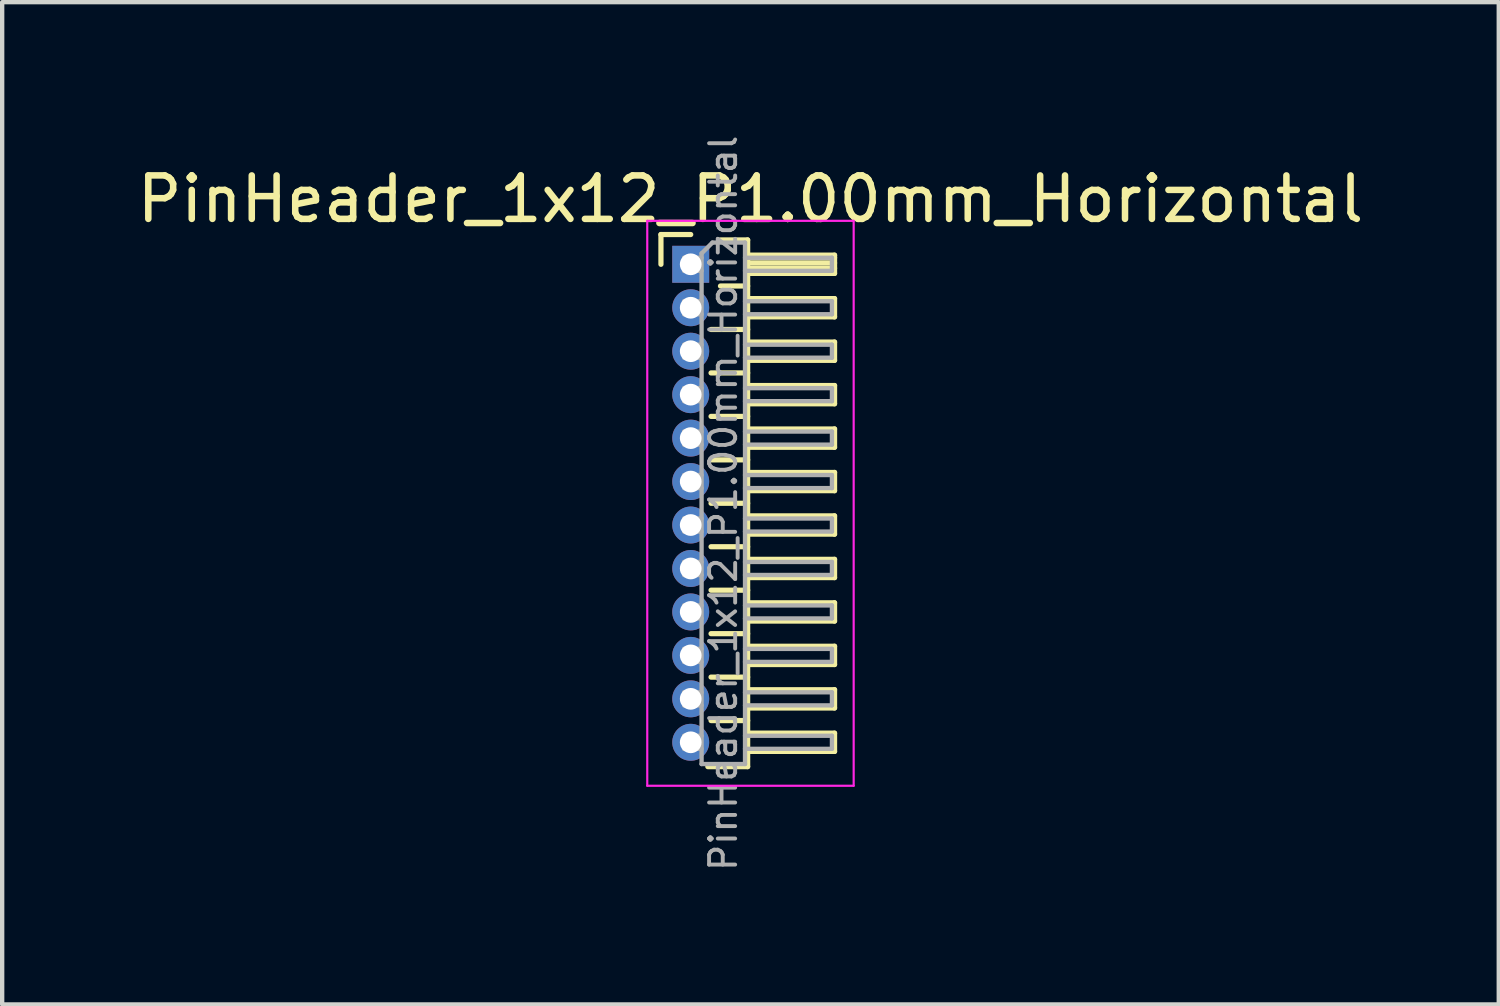
<source format=kicad_pcb>
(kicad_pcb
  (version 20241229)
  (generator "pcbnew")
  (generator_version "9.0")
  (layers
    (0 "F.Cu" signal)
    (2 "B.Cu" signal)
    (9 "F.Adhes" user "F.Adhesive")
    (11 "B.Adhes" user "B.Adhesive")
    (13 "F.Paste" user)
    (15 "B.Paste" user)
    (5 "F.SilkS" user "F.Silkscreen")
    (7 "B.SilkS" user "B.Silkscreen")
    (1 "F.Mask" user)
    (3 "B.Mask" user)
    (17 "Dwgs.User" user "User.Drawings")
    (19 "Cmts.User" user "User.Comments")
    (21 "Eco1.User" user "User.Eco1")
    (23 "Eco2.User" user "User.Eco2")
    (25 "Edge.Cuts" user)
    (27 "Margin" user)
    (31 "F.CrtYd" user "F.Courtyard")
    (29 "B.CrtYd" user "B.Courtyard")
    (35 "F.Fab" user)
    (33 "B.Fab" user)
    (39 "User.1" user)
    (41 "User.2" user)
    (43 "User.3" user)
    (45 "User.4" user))
  (footprint "PinHeader_1x12_P1.00mm_Horizontal"
    (layer "F.Cu")
    (at 12.845 3.032)
    (property "Reference" "PinHeader_1x12_P1.00mm_Horizontal" (at 1.375 -1.5 0) (layer "F.SilkS") (effects (font (size 1 1) (thickness 0.15))))
    (attr through_hole)
    (fp_line (start -0.685 -0.685) (end 0 -0.685) (stroke (width 0.12) (type solid)) (layer "F.SilkS"))
    (fp_line (start -0.685 0) (end -0.685 -0.685) (stroke (width 0.12) (type solid)) (layer "F.SilkS"))
    (fp_line (start 0.468 1.5) (end 1.31 1.5) (stroke (width 0.12) (type solid)) (layer "F.SilkS"))
    (fp_line (start 0.468 2.5) (end 1.31 2.5) (stroke (width 0.12) (type solid)) (layer "F.SilkS"))
    (fp_line (start 0.468 3.5) (end 1.31 3.5) (stroke (width 0.12) (type solid)) (layer "F.SilkS"))
    (fp_line (start 0.468 4.5) (end 1.31 4.5) (stroke (width 0.12) (type solid)) (layer "F.SilkS"))
    (fp_line (start 0.468 5.5) (end 1.31 5.5) (stroke (width 0.12) (type solid)) (layer "F.SilkS"))
    (fp_line (start 0.468 6.5) (end 1.31 6.5) (stroke (width 0.12) (type solid)) (layer "F.SilkS"))
    (fp_line (start 0.468 7.5) (end 1.31 7.5) (stroke (width 0.12) (type solid)) (layer "F.SilkS"))
    (fp_line (start 0.468 8.5) (end 1.31 8.5) (stroke (width 0.12) (type solid)) (layer "F.SilkS"))
    (fp_line (start 0.468 9.5) (end 1.31 9.5) (stroke (width 0.12) (type solid)) (layer "F.SilkS"))
    (fp_line (start 0.468 10.5) (end 1.31 10.5) (stroke (width 0.12) (type solid)) (layer "F.SilkS"))
    (fp_line (start 0.685 -0.56) (end 1.31 -0.56) (stroke (width 0.12) (type solid)) (layer "F.SilkS"))
    (fp_line (start 0.685 0.5) (end 1.31 0.5) (stroke (width 0.12) (type solid)) (layer "F.SilkS"))
    (fp_line (start 1.31 -0.56) (end 1.31 11.56) (stroke (width 0.12) (type solid)) (layer "F.SilkS"))
    (fp_line (start 1.31 -0.21) (end 3.31 -0.21) (stroke (width 0.12) (type solid)) (layer "F.SilkS"))
    (fp_line (start 1.31 -0.15) (end 3.31 -0.15) (stroke (width 0.12) (type solid)) (layer "F.SilkS"))
    (fp_line (start 1.31 -0.03) (end 3.31 -0.03) (stroke (width 0.12) (type solid)) (layer "F.SilkS"))
    (fp_line (start 1.31 0.09) (end 3.31 0.09) (stroke (width 0.12) (type solid)) (layer "F.SilkS"))
    (fp_line (start 1.31 0.79) (end 3.31 0.79) (stroke (width 0.12) (type solid)) (layer "F.SilkS"))
    (fp_line (start 1.31 1.79) (end 3.31 1.79) (stroke (width 0.12) (type solid)) (layer "F.SilkS"))
    (fp_line (start 1.31 2.79) (end 3.31 2.79) (stroke (width 0.12) (type solid)) (layer "F.SilkS"))
    (fp_line (start 1.31 3.79) (end 3.31 3.79) (stroke (width 0.12) (type solid)) (layer "F.SilkS"))
    (fp_line (start 1.31 4.79) (end 3.31 4.79) (stroke (width 0.12) (type solid)) (layer "F.SilkS"))
    (fp_line (start 1.31 5.79) (end 3.31 5.79) (stroke (width 0.12) (type solid)) (layer "F.SilkS"))
    (fp_line (start 1.31 6.79) (end 3.31 6.79) (stroke (width 0.12) (type solid)) (layer "F.SilkS"))
    (fp_line (start 1.31 7.79) (end 3.31 7.79) (stroke (width 0.12) (type solid)) (layer "F.SilkS"))
    (fp_line (start 1.31 8.79) (end 3.31 8.79) (stroke (width 0.12) (type solid)) (layer "F.SilkS"))
    (fp_line (start 1.31 9.79) (end 3.31 9.79) (stroke (width 0.12) (type solid)) (layer "F.SilkS"))
    (fp_line (start 1.31 10.79) (end 3.31 10.79) (stroke (width 0.12) (type solid)) (layer "F.SilkS"))
    (fp_line (start 1.31 11.56) (end 0.394 11.56) (stroke (width 0.12) (type solid)) (layer "F.SilkS"))
    (fp_line (start 3.31 -0.21) (end 3.31 0.21) (stroke (width 0.12) (type solid)) (layer "F.SilkS"))
    (fp_line (start 3.31 0.21) (end 1.31 0.21) (stroke (width 0.12) (type solid)) (layer "F.SilkS"))
    (fp_line (start 3.31 0.79) (end 3.31 1.21) (stroke (width 0.12) (type solid)) (layer "F.SilkS"))
    (fp_line (start 3.31 1.21) (end 1.31 1.21) (stroke (width 0.12) (type solid)) (layer "F.SilkS"))
    (fp_line (start 3.31 1.79) (end 3.31 2.21) (stroke (width 0.12) (type solid)) (layer "F.SilkS"))
    (fp_line (start 3.31 2.21) (end 1.31 2.21) (stroke (width 0.12) (type solid)) (layer "F.SilkS"))
    (fp_line (start 3.31 2.79) (end 3.31 3.21) (stroke (width 0.12) (type solid)) (layer "F.SilkS"))
    (fp_line (start 3.31 3.21) (end 1.31 3.21) (stroke (width 0.12) (type solid)) (layer "F.SilkS"))
    (fp_line (start 3.31 3.79) (end 3.31 4.21) (stroke (width 0.12) (type solid)) (layer "F.SilkS"))
    (fp_line (start 3.31 4.21) (end 1.31 4.21) (stroke (width 0.12) (type solid)) (layer "F.SilkS"))
    (fp_line (start 3.31 4.79) (end 3.31 5.21) (stroke (width 0.12) (type solid)) (layer "F.SilkS"))
    (fp_line (start 3.31 5.21) (end 1.31 5.21) (stroke (width 0.12) (type solid)) (layer "F.SilkS"))
    (fp_line (start 3.31 5.79) (end 3.31 6.21) (stroke (width 0.12) (type solid)) (layer "F.SilkS"))
    (fp_line (start 3.31 6.21) (end 1.31 6.21) (stroke (width 0.12) (type solid)) (layer "F.SilkS"))
    (fp_line (start 3.31 6.79) (end 3.31 7.21) (stroke (width 0.12) (type solid)) (layer "F.SilkS"))
    (fp_line (start 3.31 7.21) (end 1.31 7.21) (stroke (width 0.12) (type solid)) (layer "F.SilkS"))
    (fp_line (start 3.31 7.79) (end 3.31 8.21) (stroke (width 0.12) (type solid)) (layer "F.SilkS"))
    (fp_line (start 3.31 8.21) (end 1.31 8.21) (stroke (width 0.12) (type solid)) (layer "F.SilkS"))
    (fp_line (start 3.31 8.79) (end 3.31 9.21) (stroke (width 0.12) (type solid)) (layer "F.SilkS"))
    (fp_line (start 3.31 9.21) (end 1.31 9.21) (stroke (width 0.12) (type solid)) (layer "F.SilkS"))
    (fp_line (start 3.31 9.79) (end 3.31 10.21) (stroke (width 0.12) (type solid)) (layer "F.SilkS"))
    (fp_line (start 3.31 10.21) (end 1.31 10.21) (stroke (width 0.12) (type solid)) (layer "F.SilkS"))
    (fp_line (start 3.31 10.79) (end 3.31 11.21) (stroke (width 0.12) (type solid)) (layer "F.SilkS"))
    (fp_line (start 3.31 11.21) (end 1.31 11.21) (stroke (width 0.12) (type solid)) (layer "F.SilkS"))
    (fp_line (start -1 -1) (end -1 12) (stroke (width 0.05) (type solid)) (layer "F.CrtYd"))
    (fp_line (start -1 12) (end 3.75 12) (stroke (width 0.05) (type solid)) (layer "F.CrtYd"))
    (fp_line (start 3.75 -1) (end -1 -1) (stroke (width 0.05) (type solid)) (layer "F.CrtYd"))
    (fp_line (start 3.75 12) (end 3.75 -1) (stroke (width 0.05) (type solid)) (layer "F.CrtYd"))
    (fp_line (start -0.15 -0.15) (end -0.15 0.15) (stroke (width 0.1) (type solid)) (layer "F.Fab"))
    (fp_line (start -0.15 -0.15) (end 0.25 -0.15) (stroke (width 0.1) (type solid)) (layer "F.Fab"))
    (fp_line (start -0.15 0.15) (end 0.25 0.15) (stroke (width 0.1) (type solid)) (layer "F.Fab"))
    (fp_line (start -0.15 0.85) (end -0.15 1.15) (stroke (width 0.1) (type solid)) (layer "F.Fab"))
    (fp_line (start -0.15 0.85) (end 0.25 0.85) (stroke (width 0.1) (type solid)) (layer "F.Fab"))
    (fp_line (start -0.15 1.15) (end 0.25 1.15) (stroke (width 0.1) (type solid)) (layer "F.Fab"))
    (fp_line (start -0.15 1.85) (end -0.15 2.15) (stroke (width 0.1) (type solid)) (layer "F.Fab"))
    (fp_line (start -0.15 1.85) (end 0.25 1.85) (stroke (width 0.1) (type solid)) (layer "F.Fab"))
    (fp_line (start -0.15 2.15) (end 0.25 2.15) (stroke (width 0.1) (type solid)) (layer "F.Fab"))
    (fp_line (start -0.15 2.85) (end -0.15 3.15) (stroke (width 0.1) (type solid)) (layer "F.Fab"))
    (fp_line (start -0.15 2.85) (end 0.25 2.85) (stroke (width 0.1) (type solid)) (layer "F.Fab"))
    (fp_line (start -0.15 3.15) (end 0.25 3.15) (stroke (width 0.1) (type solid)) (layer "F.Fab"))
    (fp_line (start -0.15 3.85) (end -0.15 4.15) (stroke (width 0.1) (type solid)) (layer "F.Fab"))
    (fp_line (start -0.15 3.85) (end 0.25 3.85) (stroke (width 0.1) (type solid)) (layer "F.Fab"))
    (fp_line (start -0.15 4.15) (end 0.25 4.15) (stroke (width 0.1) (type solid)) (layer "F.Fab"))
    (fp_line (start -0.15 4.85) (end -0.15 5.15) (stroke (width 0.1) (type solid)) (layer "F.Fab"))
    (fp_line (start -0.15 4.85) (end 0.25 4.85) (stroke (width 0.1) (type solid)) (layer "F.Fab"))
    (fp_line (start -0.15 5.15) (end 0.25 5.15) (stroke (width 0.1) (type solid)) (layer "F.Fab"))
    (fp_line (start -0.15 5.85) (end -0.15 6.15) (stroke (width 0.1) (type solid)) (layer "F.Fab"))
    (fp_line (start -0.15 5.85) (end 0.25 5.85) (stroke (width 0.1) (type solid)) (layer "F.Fab"))
    (fp_line (start -0.15 6.15) (end 0.25 6.15) (stroke (width 0.1) (type solid)) (layer "F.Fab"))
    (fp_line (start -0.15 6.85) (end -0.15 7.15) (stroke (width 0.1) (type solid)) (layer "F.Fab"))
    (fp_line (start -0.15 6.85) (end 0.25 6.85) (stroke (width 0.1) (type solid)) (layer "F.Fab"))
    (fp_line (start -0.15 7.15) (end 0.25 7.15) (stroke (width 0.1) (type solid)) (layer "F.Fab"))
    (fp_line (start -0.15 7.85) (end -0.15 8.15) (stroke (width 0.1) (type solid)) (layer "F.Fab"))
    (fp_line (start -0.15 7.85) (end 0.25 7.85) (stroke (width 0.1) (type solid)) (layer "F.Fab"))
    (fp_line (start -0.15 8.15) (end 0.25 8.15) (stroke (width 0.1) (type solid)) (layer "F.Fab"))
    (fp_line (start -0.15 8.85) (end -0.15 9.15) (stroke (width 0.1) (type solid)) (layer "F.Fab"))
    (fp_line (start -0.15 8.85) (end 0.25 8.85) (stroke (width 0.1) (type solid)) (layer "F.Fab"))
    (fp_line (start -0.15 9.15) (end 0.25 9.15) (stroke (width 0.1) (type solid)) (layer "F.Fab"))
    (fp_line (start -0.15 9.85) (end -0.15 10.15) (stroke (width 0.1) (type solid)) (layer "F.Fab"))
    (fp_line (start -0.15 9.85) (end 0.25 9.85) (stroke (width 0.1) (type solid)) (layer "F.Fab"))
    (fp_line (start -0.15 10.15) (end 0.25 10.15) (stroke (width 0.1) (type solid)) (layer "F.Fab"))
    (fp_line (start -0.15 10.85) (end -0.15 11.15) (stroke (width 0.1) (type solid)) (layer "F.Fab"))
    (fp_line (start -0.15 10.85) (end 0.25 10.85) (stroke (width 0.1) (type solid)) (layer "F.Fab"))
    (fp_line (start -0.15 11.15) (end 0.25 11.15) (stroke (width 0.1) (type solid)) (layer "F.Fab"))
    (fp_line (start 0.25 -0.25) (end 0.5 -0.5) (stroke (width 0.1) (type solid)) (layer "F.Fab"))
    (fp_line (start 0.25 11.5) (end 0.25 -0.25) (stroke (width 0.1) (type solid)) (layer "F.Fab"))
    (fp_line (start 0.5 -0.5) (end 1.25 -0.5) (stroke (width 0.1) (type solid)) (layer "F.Fab"))
    (fp_line (start 1.25 -0.5) (end 1.25 11.5) (stroke (width 0.1) (type solid)) (layer "F.Fab"))
    (fp_line (start 1.25 -0.15) (end 3.25 -0.15) (stroke (width 0.1) (type solid)) (layer "F.Fab"))
    (fp_line (start 1.25 0.15) (end 3.25 0.15) (stroke (width 0.1) (type solid)) (layer "F.Fab"))
    (fp_line (start 1.25 0.85) (end 3.25 0.85) (stroke (width 0.1) (type solid)) (layer "F.Fab"))
    (fp_line (start 1.25 1.15) (end 3.25 1.15) (stroke (width 0.1) (type solid)) (layer "F.Fab"))
    (fp_line (start 1.25 1.85) (end 3.25 1.85) (stroke (width 0.1) (type solid)) (layer "F.Fab"))
    (fp_line (start 1.25 2.15) (end 3.25 2.15) (stroke (width 0.1) (type solid)) (layer "F.Fab"))
    (fp_line (start 1.25 2.85) (end 3.25 2.85) (stroke (width 0.1) (type solid)) (layer "F.Fab"))
    (fp_line (start 1.25 3.15) (end 3.25 3.15) (stroke (width 0.1) (type solid)) (layer "F.Fab"))
    (fp_line (start 1.25 3.85) (end 3.25 3.85) (stroke (width 0.1) (type solid)) (layer "F.Fab"))
    (fp_line (start 1.25 4.15) (end 3.25 4.15) (stroke (width 0.1) (type solid)) (layer "F.Fab"))
    (fp_line (start 1.25 4.85) (end 3.25 4.85) (stroke (width 0.1) (type solid)) (layer "F.Fab"))
    (fp_line (start 1.25 5.15) (end 3.25 5.15) (stroke (width 0.1) (type solid)) (layer "F.Fab"))
    (fp_line (start 1.25 5.85) (end 3.25 5.85) (stroke (width 0.1) (type solid)) (layer "F.Fab"))
    (fp_line (start 1.25 6.15) (end 3.25 6.15) (stroke (width 0.1) (type solid)) (layer "F.Fab"))
    (fp_line (start 1.25 6.85) (end 3.25 6.85) (stroke (width 0.1) (type solid)) (layer "F.Fab"))
    (fp_line (start 1.25 7.15) (end 3.25 7.15) (stroke (width 0.1) (type solid)) (layer "F.Fab"))
    (fp_line (start 1.25 7.85) (end 3.25 7.85) (stroke (width 0.1) (type solid)) (layer "F.Fab"))
    (fp_line (start 1.25 8.15) (end 3.25 8.15) (stroke (width 0.1) (type solid)) (layer "F.Fab"))
    (fp_line (start 1.25 8.85) (end 3.25 8.85) (stroke (width 0.1) (type solid)) (layer "F.Fab"))
    (fp_line (start 1.25 9.15) (end 3.25 9.15) (stroke (width 0.1) (type solid)) (layer "F.Fab"))
    (fp_line (start 1.25 9.85) (end 3.25 9.85) (stroke (width 0.1) (type solid)) (layer "F.Fab"))
    (fp_line (start 1.25 10.15) (end 3.25 10.15) (stroke (width 0.1) (type solid)) (layer "F.Fab"))
    (fp_line (start 1.25 10.85) (end 3.25 10.85) (stroke (width 0.1) (type solid)) (layer "F.Fab"))
    (fp_line (start 1.25 11.15) (end 3.25 11.15) (stroke (width 0.1) (type solid)) (layer "F.Fab"))
    (fp_line (start 1.25 11.5) (end 0.25 11.5) (stroke (width 0.1) (type solid)) (layer "F.Fab"))
    (fp_line (start 3.25 -0.15) (end 3.25 0.15) (stroke (width 0.1) (type solid)) (layer "F.Fab"))
    (fp_line (start 3.25 0.85) (end 3.25 1.15) (stroke (width 0.1) (type solid)) (layer "F.Fab"))
    (fp_line (start 3.25 1.85) (end 3.25 2.15) (stroke (width 0.1) (type solid)) (layer "F.Fab"))
    (fp_line (start 3.25 2.85) (end 3.25 3.15) (stroke (width 0.1) (type solid)) (layer "F.Fab"))
    (fp_line (start 3.25 3.85) (end 3.25 4.15) (stroke (width 0.1) (type solid)) (layer "F.Fab"))
    (fp_line (start 3.25 4.85) (end 3.25 5.15) (stroke (width 0.1) (type solid)) (layer "F.Fab"))
    (fp_line (start 3.25 5.85) (end 3.25 6.15) (stroke (width 0.1) (type solid)) (layer "F.Fab"))
    (fp_line (start 3.25 6.85) (end 3.25 7.15) (stroke (width 0.1) (type solid)) (layer "F.Fab"))
    (fp_line (start 3.25 7.85) (end 3.25 8.15) (stroke (width 0.1) (type solid)) (layer "F.Fab"))
    (fp_line (start 3.25 8.85) (end 3.25 9.15) (stroke (width 0.1) (type solid)) (layer "F.Fab"))
    (fp_line (start 3.25 9.85) (end 3.25 10.15) (stroke (width 0.1) (type solid)) (layer "F.Fab"))
    (fp_line (start 3.25 10.85) (end 3.25 11.15) (stroke (width 0.1) (type solid)) (layer "F.Fab"))
    (fp_text user "${REFERENCE}" (at 0.75 5.5 90) (layer "F.Fab") (effects (font (size 0.6 0.6) (thickness 0.09))))
    (pad "1" thru_hole rect (at 0 0) (size 0.85 0.85) (drill 0.5) (layers "*.Cu" "*.Mask"))
    (pad "2" thru_hole oval (at 0 1) (size 0.85 0.85) (drill 0.5) (layers "*.Cu" "*.Mask"))
    (pad "3" thru_hole oval (at 0 2) (size 0.85 0.85) (drill 0.5) (layers "*.Cu" "*.Mask"))
    (pad "4" thru_hole oval (at 0 3) (size 0.85 0.85) (drill 0.5) (layers "*.Cu" "*.Mask"))
    (pad "5" thru_hole oval (at 0 4) (size 0.85 0.85) (drill 0.5) (layers "*.Cu" "*.Mask"))
    (pad "6" thru_hole oval (at 0 5) (size 0.85 0.85) (drill 0.5) (layers "*.Cu" "*.Mask"))
    (pad "7" thru_hole oval (at 0 6) (size 0.85 0.85) (drill 0.5) (layers "*.Cu" "*.Mask"))
    (pad "8" thru_hole oval (at 0 7) (size 0.85 0.85) (drill 0.5) (layers "*.Cu" "*.Mask"))
    (pad "9" thru_hole oval (at 0 8) (size 0.85 0.85) (drill 0.5) (layers "*.Cu" "*.Mask"))
    (pad "10" thru_hole oval (at 0 9) (size 0.85 0.85) (drill 0.5) (layers "*.Cu" "*.Mask"))
    (pad "11" thru_hole oval (at 0 10) (size 0.85 0.85) (drill 0.5) (layers "*.Cu" "*.Mask"))
    (pad "12" thru_hole oval (at 0 11) (size 0.85 0.85) (drill 0.5) (layers "*.Cu" "*.Mask")))
  (gr_rect
    (start -3 -3)
    (end 31.44 20.064)
    (stroke (width 0.1) (type default))
    (fill no)
    (layer "Edge.Cuts")))
</source>
